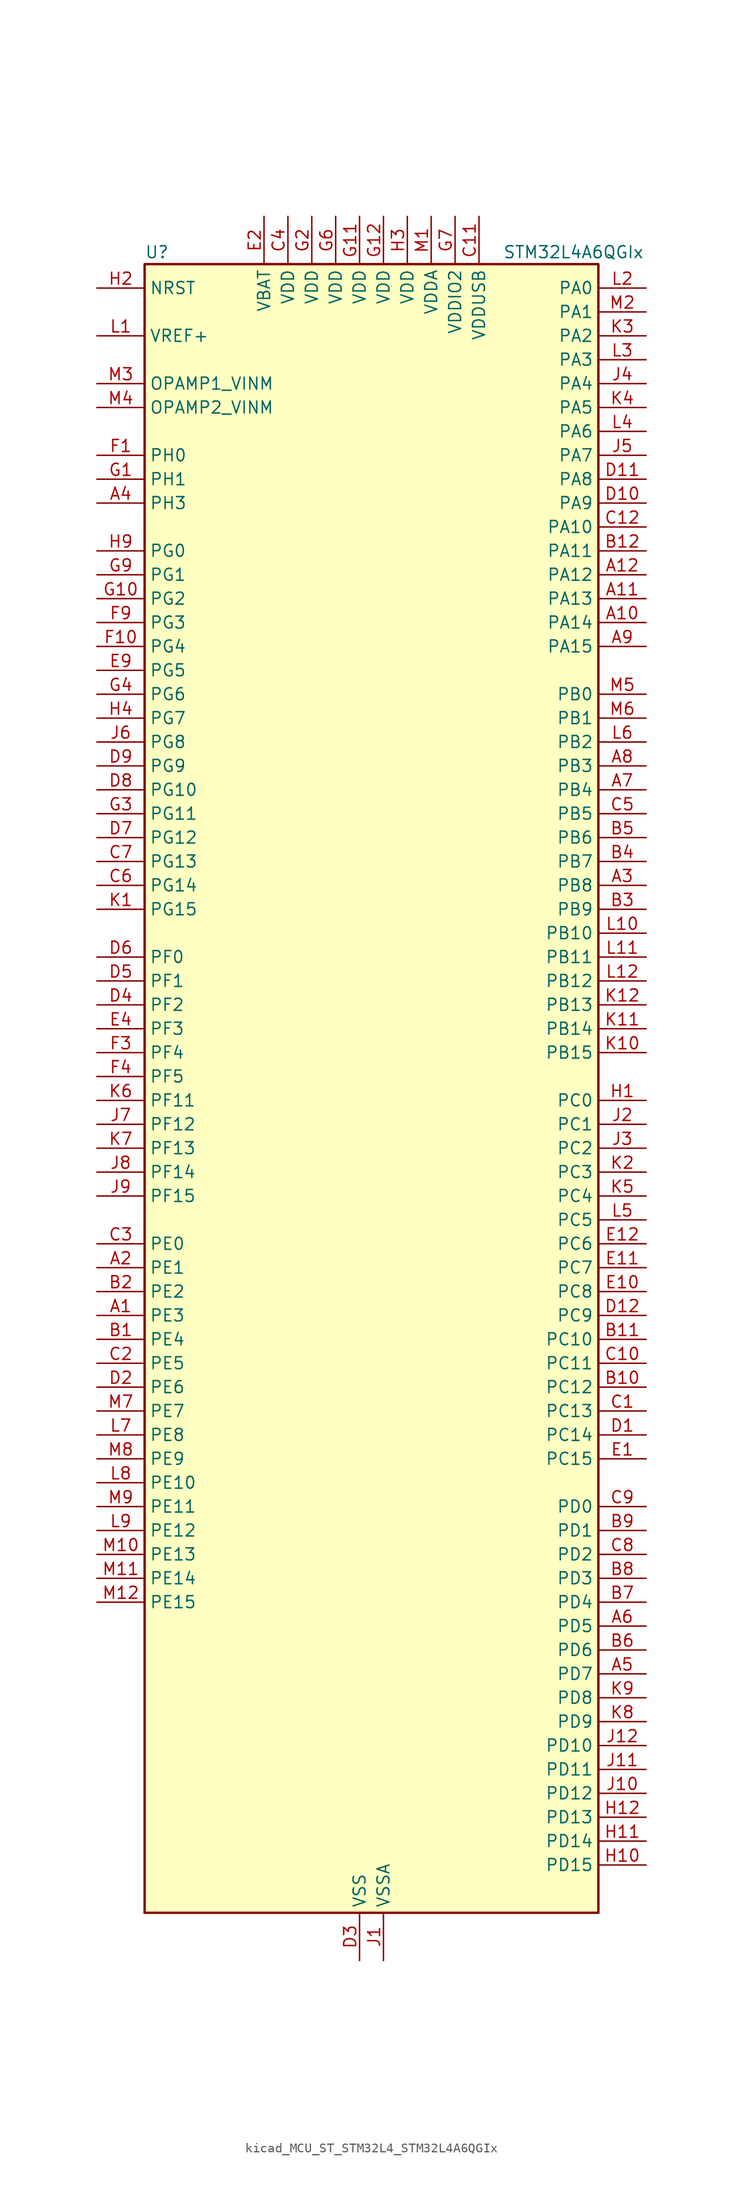
<source format=kicad_sym>
(kicad_symbol_lib
  (version 20220914)
  (generator kicad_symbol_editor)
  (symbol "kicad_MCU_ST_STM32L4_STM32L4A6QGIx"
    (property "Reference" "U"
      (at -22.86 90.17 0)
      (effects (font (size 1.27 1.27)) (justify left)))
    (property "Value" "STM32L4A6QGIx"
      (at 15.24 90.17 0)
      (effects (font (size 1.27 1.27)) (justify left)))
    (property "ki_locked" ""
      (at 0 0 0)
      (effects (font (size 1.27 1.27))))
    (symbol "kicad_MCU_ST_STM32L4_STM32L4A6QGIx_0_1"
      (rectangle (start -22.86 -86.36) (end 25.4 88.9) (stroke (width 0.254) (type default)) (fill (type background))))
    (symbol "kicad_MCU_ST_STM32L4_STM32L4A6QGIx_1_1"
      (pin bidirectional line (at -27.94 -22.86 0) (length 5.08) (name "PE3" (effects (font (size 1.27 1.27)))) (number "A1" (effects (font (size 1.27 1.27)))) (alternate "FMC_A19" bidirectional line) (alternate "LCD_SEG39" bidirectional line) (alternate "SAI1_SD_B" bidirectional line) (alternate "SYS_TRACED0" bidirectional line) (alternate "TIM3_CH1" bidirectional line) (alternate "TSC_G7_IO2" bidirectional line))
      (pin bidirectional line (at 30.48 50.8 180) (length 5.08) (name "PA14" (effects (font (size 1.27 1.27)))) (number "A10" (effects (font (size 1.27 1.27)))) (alternate "I2C1_SMBA" bidirectional line) (alternate "I2C4_SMBA" bidirectional line) (alternate "LPTIM1_OUT" bidirectional line) (alternate "SAI1_FS_B" bidirectional line) (alternate "SWPMI1_RX" bidirectional line) (alternate "SYS_JTCK-SWCLK" bidirectional line) (alternate "USB_OTG_FS_SOF" bidirectional line))
      (pin bidirectional line (at 30.48 53.34 180) (length 5.08) (name "PA13" (effects (font (size 1.27 1.27)))) (number "A11" (effects (font (size 1.27 1.27)))) (alternate "IR_OUT" bidirectional line) (alternate "SAI1_SD_B" bidirectional line) (alternate "SWPMI1_TX" bidirectional line) (alternate "SYS_JTMS-SWDIO" bidirectional line) (alternate "USB_OTG_FS_NOE" bidirectional line))
      (pin bidirectional line (at 30.48 55.88 180) (length 5.08) (name "PA12" (effects (font (size 1.27 1.27)))) (number "A12" (effects (font (size 1.27 1.27)))) (alternate "CAN1_TX" bidirectional line) (alternate "SPI1_MOSI" bidirectional line) (alternate "TIM1_ETR" bidirectional line) (alternate "USART1_DE" bidirectional line) (alternate "USART1_RTS" bidirectional line) (alternate "USB_OTG_FS_DP" bidirectional line))
      (pin bidirectional line (at -27.94 -17.78 0) (length 5.08) (name "PE1" (effects (font (size 1.27 1.27)))) (number "A2" (effects (font (size 1.27 1.27)))) (alternate "DCMI_D3" bidirectional line) (alternate "FMC_NBL1" bidirectional line) (alternate "LCD_SEG37" bidirectional line) (alternate "TIM17_CH1" bidirectional line))
      (pin bidirectional line (at 30.48 22.86 180) (length 5.08) (name "PB8" (effects (font (size 1.27 1.27)))) (number "A3" (effects (font (size 1.27 1.27)))) (alternate "CAN1_RX" bidirectional line) (alternate "DCMI_D6" bidirectional line) (alternate "DFSDM1_DATIN6" bidirectional line) (alternate "I2C1_SCL" bidirectional line) (alternate "LCD_SEG16" bidirectional line) (alternate "SAI1_MCLK_A" bidirectional line) (alternate "SDMMC1_D4" bidirectional line) (alternate "TIM16_CH1" bidirectional line) (alternate "TIM4_CH3" bidirectional line))
      (pin bidirectional line (at -27.94 63.5 0) (length 5.08) (name "PH3" (effects (font (size 1.27 1.27)))) (number "A4" (effects (font (size 1.27 1.27)))))
      (pin bidirectional line (at 30.48 -60.96 180) (length 5.08) (name "PD7" (effects (font (size 1.27 1.27)))) (number "A5" (effects (font (size 1.27 1.27)))) (alternate "DFSDM1_CKIN1" bidirectional line) (alternate "FMC_NE1" bidirectional line) (alternate "QUADSPI_BK2_IO3" bidirectional line) (alternate "USART2_CK" bidirectional line))
      (pin bidirectional line (at 30.48 -55.88 180) (length 5.08) (name "PD5" (effects (font (size 1.27 1.27)))) (number "A6" (effects (font (size 1.27 1.27)))) (alternate "FMC_NWE" bidirectional line) (alternate "QUADSPI_BK2_IO1" bidirectional line) (alternate "USART2_TX" bidirectional line))
      (pin bidirectional line (at 30.48 33.02 180) (length 5.08) (name "PB4" (effects (font (size 1.27 1.27)))) (number "A7" (effects (font (size 1.27 1.27)))) (alternate "COMP2_INP" bidirectional line) (alternate "DCMI_D12" bidirectional line) (alternate "I2C3_SDA" bidirectional line) (alternate "LCD_SEG8" bidirectional line) (alternate "SAI1_MCLK_B" bidirectional line) (alternate "SPI1_MISO" bidirectional line) (alternate "SPI3_MISO" bidirectional line) (alternate "SYS_JTRST" bidirectional line) (alternate "TIM17_BKIN" bidirectional line) (alternate "TIM3_CH1" bidirectional line) (alternate "TSC_G2_IO1" bidirectional line) (alternate "UART5_DE" bidirectional line) (alternate "UART5_RTS" bidirectional line) (alternate "USART1_CTS" bidirectional line))
      (pin bidirectional line (at 30.48 35.56 180) (length 5.08) (name "PB3" (effects (font (size 1.27 1.27)))) (number "A8" (effects (font (size 1.27 1.27)))) (alternate "COMP2_INM" bidirectional line) (alternate "CRS_SYNC" bidirectional line) (alternate "LCD_SEG7" bidirectional line) (alternate "SAI1_SCK_B" bidirectional line) (alternate "SPI1_SCK" bidirectional line) (alternate "SPI3_SCK" bidirectional line) (alternate "SYS_JTDO-SWO" bidirectional line) (alternate "TIM2_CH2" bidirectional line) (alternate "USART1_DE" bidirectional line) (alternate "USART1_RTS" bidirectional line))
      (pin bidirectional line (at 30.48 48.26 180) (length 5.08) (name "PA15" (effects (font (size 1.27 1.27)))) (number "A9" (effects (font (size 1.27 1.27)))) (alternate "ADC1_EXTI15" bidirectional line) (alternate "ADC2_EXTI15" bidirectional line) (alternate "ADC3_EXTI15" bidirectional line) (alternate "LCD_SEG17" bidirectional line) (alternate "SAI2_FS_B" bidirectional line) (alternate "SPI1_NSS" bidirectional line) (alternate "SPI3_NSS" bidirectional line) (alternate "SWPMI1_SUSPEND" bidirectional line) (alternate "SYS_JTDI" bidirectional line) (alternate "TIM2_CH1" bidirectional line) (alternate "TIM2_ETR" bidirectional line) (alternate "TSC_G3_IO1" bidirectional line) (alternate "UART4_DE" bidirectional line) (alternate "UART4_RTS" bidirectional line) (alternate "USART2_RX" bidirectional line) (alternate "USART3_DE" bidirectional line) (alternate "USART3_RTS" bidirectional line))
      (pin bidirectional line (at -27.94 -25.4 0) (length 5.08) (name "PE4" (effects (font (size 1.27 1.27)))) (number "B1" (effects (font (size 1.27 1.27)))) (alternate "DCMI_D4" bidirectional line) (alternate "DFSDM1_DATIN3" bidirectional line) (alternate "FMC_A20" bidirectional line) (alternate "SAI1_FS_A" bidirectional line) (alternate "SYS_TRACED1" bidirectional line) (alternate "TIM3_CH2" bidirectional line) (alternate "TSC_G7_IO3" bidirectional line))
      (pin bidirectional line (at 30.48 -30.48 180) (length 5.08) (name "PC12" (effects (font (size 1.27 1.27)))) (number "B10" (effects (font (size 1.27 1.27)))) (alternate "DCMI_D9" bidirectional line) (alternate "LCD_COM6" bidirectional line) (alternate "LCD_SEG30" bidirectional line) (alternate "LCD_SEG42" bidirectional line) (alternate "SAI2_SD_B" bidirectional line) (alternate "SDMMC1_CK" bidirectional line) (alternate "SPI3_MOSI" bidirectional line) (alternate "SYS_TRACED3" bidirectional line) (alternate "TSC_G3_IO4" bidirectional line) (alternate "UART5_TX" bidirectional line) (alternate "USART3_CK" bidirectional line))
      (pin bidirectional line (at 30.48 -25.4 180) (length 5.08) (name "PC10" (effects (font (size 1.27 1.27)))) (number "B11" (effects (font (size 1.27 1.27)))) (alternate "DCMI_D8" bidirectional line) (alternate "LCD_COM4" bidirectional line) (alternate "LCD_SEG28" bidirectional line) (alternate "LCD_SEG40" bidirectional line) (alternate "SAI2_SCK_B" bidirectional line) (alternate "SDMMC1_D2" bidirectional line) (alternate "SPI3_SCK" bidirectional line) (alternate "SYS_TRACED1" bidirectional line) (alternate "TSC_G3_IO2" bidirectional line) (alternate "UART4_TX" bidirectional line) (alternate "USART3_TX" bidirectional line))
      (pin bidirectional line (at 30.48 58.42 180) (length 5.08) (name "PA11" (effects (font (size 1.27 1.27)))) (number "B12" (effects (font (size 1.27 1.27)))) (alternate "ADC1_EXTI11" bidirectional line) (alternate "ADC2_EXTI11" bidirectional line) (alternate "ADC3_EXTI11" bidirectional line) (alternate "CAN1_RX" bidirectional line) (alternate "SPI1_MISO" bidirectional line) (alternate "TIM1_BKIN2" bidirectional line) (alternate "TIM1_BKIN2_COMP1" bidirectional line) (alternate "TIM1_CH4" bidirectional line) (alternate "USART1_CTS" bidirectional line) (alternate "USB_OTG_FS_DM" bidirectional line))
      (pin bidirectional line (at -27.94 -20.32 0) (length 5.08) (name "PE2" (effects (font (size 1.27 1.27)))) (number "B2" (effects (font (size 1.27 1.27)))) (alternate "FMC_A23" bidirectional line) (alternate "LCD_SEG38" bidirectional line) (alternate "SAI1_MCLK_A" bidirectional line) (alternate "SYS_TRACECLK" bidirectional line) (alternate "TIM3_ETR" bidirectional line) (alternate "TSC_G7_IO1" bidirectional line))
      (pin bidirectional line (at 30.48 20.32 180) (length 5.08) (name "PB9" (effects (font (size 1.27 1.27)))) (number "B3" (effects (font (size 1.27 1.27)))) (alternate "CAN1_TX" bidirectional line) (alternate "DAC1_EXTI9" bidirectional line) (alternate "DCMI_D7" bidirectional line) (alternate "DFSDM1_CKIN6" bidirectional line) (alternate "I2C1_SDA" bidirectional line) (alternate "IR_OUT" bidirectional line) (alternate "LCD_COM3" bidirectional line) (alternate "SAI1_FS_A" bidirectional line) (alternate "SDMMC1_D5" bidirectional line) (alternate "SPI2_NSS" bidirectional line) (alternate "TIM17_CH1" bidirectional line) (alternate "TIM4_CH4" bidirectional line))
      (pin bidirectional line (at 30.48 25.4 180) (length 5.08) (name "PB7" (effects (font (size 1.27 1.27)))) (number "B4" (effects (font (size 1.27 1.27)))) (alternate "COMP2_INM" bidirectional line) (alternate "DCMI_VSYNC" bidirectional line) (alternate "DFSDM1_CKIN5" bidirectional line) (alternate "FMC_NL" bidirectional line) (alternate "I2C1_SDA" bidirectional line) (alternate "I2C4_SDA" bidirectional line) (alternate "LCD_SEG21" bidirectional line) (alternate "LPTIM1_IN2" bidirectional line) (alternate "SYS_PVD_IN" bidirectional line) (alternate "TIM17_CH1N" bidirectional line) (alternate "TIM4_CH2" bidirectional line) (alternate "TIM8_BKIN" bidirectional line) (alternate "TIM8_BKIN_COMP1" bidirectional line) (alternate "TSC_G2_IO4" bidirectional line) (alternate "UART4_CTS" bidirectional line) (alternate "USART1_RX" bidirectional line))
      (pin bidirectional line (at 30.48 27.94 180) (length 5.08) (name "PB6" (effects (font (size 1.27 1.27)))) (number "B5" (effects (font (size 1.27 1.27)))) (alternate "CAN2_TX" bidirectional line) (alternate "COMP2_INP" bidirectional line) (alternate "DCMI_D5" bidirectional line) (alternate "DFSDM1_DATIN5" bidirectional line) (alternate "I2C1_SCL" bidirectional line) (alternate "I2C4_SCL" bidirectional line) (alternate "LPTIM1_ETR" bidirectional line) (alternate "SAI1_FS_B" bidirectional line) (alternate "TIM16_CH1N" bidirectional line) (alternate "TIM4_CH1" bidirectional line) (alternate "TIM8_BKIN2" bidirectional line) (alternate "TIM8_BKIN2_COMP2" bidirectional line) (alternate "TSC_G2_IO3" bidirectional line) (alternate "USART1_TX" bidirectional line))
      (pin bidirectional line (at 30.48 -58.42 180) (length 5.08) (name "PD6" (effects (font (size 1.27 1.27)))) (number "B6" (effects (font (size 1.27 1.27)))) (alternate "DCMI_D10" bidirectional line) (alternate "DFSDM1_DATIN1" bidirectional line) (alternate "FMC_NWAIT" bidirectional line) (alternate "QUADSPI_BK2_IO1" bidirectional line) (alternate "QUADSPI_BK2_IO2" bidirectional line) (alternate "SAI1_SD_A" bidirectional line) (alternate "USART2_RX" bidirectional line))
      (pin bidirectional line (at 30.48 -53.34 180) (length 5.08) (name "PD4" (effects (font (size 1.27 1.27)))) (number "B7" (effects (font (size 1.27 1.27)))) (alternate "DFSDM1_CKIN0" bidirectional line) (alternate "FMC_NOE" bidirectional line) (alternate "QUADSPI_BK2_IO0" bidirectional line) (alternate "SPI2_MOSI" bidirectional line) (alternate "USART2_DE" bidirectional line) (alternate "USART2_RTS" bidirectional line))
      (pin bidirectional line (at 30.48 -50.8 180) (length 5.08) (name "PD3" (effects (font (size 1.27 1.27)))) (number "B8" (effects (font (size 1.27 1.27)))) (alternate "DCMI_D5" bidirectional line) (alternate "DFSDM1_DATIN0" bidirectional line) (alternate "FMC_CLK" bidirectional line) (alternate "QUADSPI_BK2_NCS" bidirectional line) (alternate "SPI2_MISO" bidirectional line) (alternate "SPI2_SCK" bidirectional line) (alternate "USART2_CTS" bidirectional line))
      (pin bidirectional line (at 30.48 -45.72 180) (length 5.08) (name "PD1" (effects (font (size 1.27 1.27)))) (number "B9" (effects (font (size 1.27 1.27)))) (alternate "CAN1_TX" bidirectional line) (alternate "DFSDM1_CKIN7" bidirectional line) (alternate "FMC_D3" bidirectional line) (alternate "FMC_DA3" bidirectional line) (alternate "SPI2_SCK" bidirectional line))
      (pin bidirectional line (at 30.48 -33.02 180) (length 5.08) (name "PC13" (effects (font (size 1.27 1.27)))) (number "C1" (effects (font (size 1.27 1.27)))) (alternate "RTC_OUT_ALARM" bidirectional line) (alternate "RTC_OUT_CALIB" bidirectional line) (alternate "RTC_TAMP1" bidirectional line) (alternate "RTC_TS" bidirectional line) (alternate "SYS_WKUP2" bidirectional line))
      (pin bidirectional line (at 30.48 -27.94 180) (length 5.08) (name "PC11" (effects (font (size 1.27 1.27)))) (number "C10" (effects (font (size 1.27 1.27)))) (alternate "ADC1_EXTI11" bidirectional line) (alternate "ADC2_EXTI11" bidirectional line) (alternate "ADC3_EXTI11" bidirectional line) (alternate "DCMI_D4" bidirectional line) (alternate "LCD_COM5" bidirectional line) (alternate "LCD_SEG29" bidirectional line) (alternate "LCD_SEG41" bidirectional line) (alternate "QUADSPI_BK2_NCS" bidirectional line) (alternate "SAI2_MCLK_B" bidirectional line) (alternate "SDMMC1_D3" bidirectional line) (alternate "SPI3_MISO" bidirectional line) (alternate "TSC_G3_IO3" bidirectional line) (alternate "UART4_RX" bidirectional line) (alternate "USART3_RX" bidirectional line))
      (pin power_in line (at 12.7 93.98 270) (length 5.08) (name "VDDUSB" (effects (font (size 1.27 1.27)))) (number "C11" (effects (font (size 1.27 1.27)))))
      (pin bidirectional line (at 30.48 60.96 180) (length 5.08) (name "PA10" (effects (font (size 1.27 1.27)))) (number "C12" (effects (font (size 1.27 1.27)))) (alternate "DCMI_D1" bidirectional line) (alternate "LCD_COM2" bidirectional line) (alternate "SAI1_SD_A" bidirectional line) (alternate "TIM17_BKIN" bidirectional line) (alternate "TIM1_CH3" bidirectional line) (alternate "USART1_RX" bidirectional line) (alternate "USB_OTG_FS_ID" bidirectional line))
      (pin bidirectional line (at -27.94 -27.94 0) (length 5.08) (name "PE5" (effects (font (size 1.27 1.27)))) (number "C2" (effects (font (size 1.27 1.27)))) (alternate "DCMI_D6" bidirectional line) (alternate "DFSDM1_CKIN3" bidirectional line) (alternate "FMC_A21" bidirectional line) (alternate "SAI1_SCK_A" bidirectional line) (alternate "SYS_TRACED2" bidirectional line) (alternate "TIM3_CH3" bidirectional line) (alternate "TSC_G7_IO4" bidirectional line))
      (pin bidirectional line (at -27.94 -15.24 0) (length 5.08) (name "PE0" (effects (font (size 1.27 1.27)))) (number "C3" (effects (font (size 1.27 1.27)))) (alternate "DCMI_D2" bidirectional line) (alternate "FMC_NBL0" bidirectional line) (alternate "LCD_SEG36" bidirectional line) (alternate "TIM16_CH1" bidirectional line) (alternate "TIM4_ETR" bidirectional line))
      (pin power_in line (at -7.62 93.98 270) (length 5.08) (name "VDD" (effects (font (size 1.27 1.27)))) (number "C4" (effects (font (size 1.27 1.27)))))
      (pin bidirectional line (at 30.48 30.48 180) (length 5.08) (name "PB5" (effects (font (size 1.27 1.27)))) (number "C5" (effects (font (size 1.27 1.27)))) (alternate "CAN2_RX" bidirectional line) (alternate "COMP2_OUT" bidirectional line) (alternate "DCMI_D10" bidirectional line) (alternate "I2C1_SMBA" bidirectional line) (alternate "LCD_SEG9" bidirectional line) (alternate "LPTIM1_IN1" bidirectional line) (alternate "SAI1_SD_B" bidirectional line) (alternate "SPI1_MOSI" bidirectional line) (alternate "SPI3_MOSI" bidirectional line) (alternate "TIM16_BKIN" bidirectional line) (alternate "TIM3_CH2" bidirectional line) (alternate "TSC_G2_IO2" bidirectional line) (alternate "UART5_CTS" bidirectional line) (alternate "USART1_CK" bidirectional line))
      (pin bidirectional line (at -27.94 22.86 0) (length 5.08) (name "PG14" (effects (font (size 1.27 1.27)))) (number "C6" (effects (font (size 1.27 1.27)))) (alternate "FMC_A25" bidirectional line) (alternate "I2C1_SCL" bidirectional line))
      (pin bidirectional line (at -27.94 25.4 0) (length 5.08) (name "PG13" (effects (font (size 1.27 1.27)))) (number "C7" (effects (font (size 1.27 1.27)))) (alternate "FMC_A24" bidirectional line) (alternate "I2C1_SDA" bidirectional line) (alternate "USART1_CK" bidirectional line))
      (pin bidirectional line (at 30.48 -48.26 180) (length 5.08) (name "PD2" (effects (font (size 1.27 1.27)))) (number "C8" (effects (font (size 1.27 1.27)))) (alternate "DCMI_D11" bidirectional line) (alternate "LCD_COM7" bidirectional line) (alternate "LCD_SEG31" bidirectional line) (alternate "LCD_SEG43" bidirectional line) (alternate "SDMMC1_CMD" bidirectional line) (alternate "SYS_TRACED2" bidirectional line) (alternate "TIM3_ETR" bidirectional line) (alternate "TSC_SYNC" bidirectional line) (alternate "UART5_RX" bidirectional line) (alternate "USART3_DE" bidirectional line) (alternate "USART3_RTS" bidirectional line))
      (pin bidirectional line (at 30.48 -43.18 180) (length 5.08) (name "PD0" (effects (font (size 1.27 1.27)))) (number "C9" (effects (font (size 1.27 1.27)))) (alternate "CAN1_RX" bidirectional line) (alternate "DFSDM1_DATIN7" bidirectional line) (alternate "FMC_D2" bidirectional line) (alternate "FMC_DA2" bidirectional line) (alternate "SPI2_NSS" bidirectional line))
      (pin bidirectional line (at 30.48 -35.56 180) (length 5.08) (name "PC14" (effects (font (size 1.27 1.27)))) (number "D1" (effects (font (size 1.27 1.27)))) (alternate "RCC_OSC32_IN" bidirectional line))
      (pin bidirectional line (at 30.48 63.5 180) (length 5.08) (name "PA9" (effects (font (size 1.27 1.27)))) (number "D10" (effects (font (size 1.27 1.27)))) (alternate "DAC1_EXTI9" bidirectional line) (alternate "DCMI_D0" bidirectional line) (alternate "LCD_COM1" bidirectional line) (alternate "SAI1_FS_A" bidirectional line) (alternate "SPI2_SCK" bidirectional line) (alternate "TIM15_BKIN" bidirectional line) (alternate "TIM1_CH2" bidirectional line) (alternate "USART1_TX" bidirectional line) (alternate "USB_OTG_FS_VBUS" bidirectional line))
      (pin bidirectional line (at 30.48 66.04 180) (length 5.08) (name "PA8" (effects (font (size 1.27 1.27)))) (number "D11" (effects (font (size 1.27 1.27)))) (alternate "LCD_COM0" bidirectional line) (alternate "LPTIM2_OUT" bidirectional line) (alternate "RCC_MCO" bidirectional line) (alternate "SAI1_SCK_A" bidirectional line) (alternate "SWPMI1_IO" bidirectional line) (alternate "TIM1_CH1" bidirectional line) (alternate "USART1_CK" bidirectional line) (alternate "USB_OTG_FS_SOF" bidirectional line))
      (pin bidirectional line (at 30.48 -22.86 180) (length 5.08) (name "PC9" (effects (font (size 1.27 1.27)))) (number "D12" (effects (font (size 1.27 1.27)))) (alternate "DAC1_EXTI9" bidirectional line) (alternate "DCMI_D3" bidirectional line) (alternate "I2C3_SDA" bidirectional line) (alternate "LCD_SEG27" bidirectional line) (alternate "SAI2_EXTCLK" bidirectional line) (alternate "SDMMC1_D1" bidirectional line) (alternate "TIM3_CH4" bidirectional line) (alternate "TIM8_BKIN2" bidirectional line) (alternate "TIM8_BKIN2_COMP1" bidirectional line) (alternate "TIM8_CH4" bidirectional line) (alternate "TSC_G4_IO4" bidirectional line) (alternate "USB_OTG_FS_NOE" bidirectional line))
      (pin bidirectional line (at -27.94 -30.48 0) (length 5.08) (name "PE6" (effects (font (size 1.27 1.27)))) (number "D2" (effects (font (size 1.27 1.27)))) (alternate "DCMI_D7" bidirectional line) (alternate "FMC_A22" bidirectional line) (alternate "RTC_TAMP3" bidirectional line) (alternate "SAI1_SD_A" bidirectional line) (alternate "SYS_TRACED3" bidirectional line) (alternate "SYS_WKUP3" bidirectional line) (alternate "TIM3_CH4" bidirectional line))
      (pin power_in line (at 0 -91.44 90) (length 5.08) (name "VSS" (effects (font (size 1.27 1.27)))) (number "D3" (effects (font (size 1.27 1.27)))))
      (pin bidirectional line (at -27.94 10.16 0) (length 5.08) (name "PF2" (effects (font (size 1.27 1.27)))) (number "D4" (effects (font (size 1.27 1.27)))) (alternate "FMC_A2" bidirectional line) (alternate "I2C2_SMBA" bidirectional line))
      (pin bidirectional line (at -27.94 12.7 0) (length 5.08) (name "PF1" (effects (font (size 1.27 1.27)))) (number "D5" (effects (font (size 1.27 1.27)))) (alternate "FMC_A1" bidirectional line) (alternate "I2C2_SCL" bidirectional line))
      (pin bidirectional line (at -27.94 15.24 0) (length 5.08) (name "PF0" (effects (font (size 1.27 1.27)))) (number "D6" (effects (font (size 1.27 1.27)))) (alternate "FMC_A0" bidirectional line) (alternate "I2C2_SDA" bidirectional line))
      (pin bidirectional line (at -27.94 27.94 0) (length 5.08) (name "PG12" (effects (font (size 1.27 1.27)))) (number "D7" (effects (font (size 1.27 1.27)))) (alternate "FMC_NE4" bidirectional line) (alternate "LPTIM1_ETR" bidirectional line) (alternate "SAI2_SD_A" bidirectional line) (alternate "SPI3_NSS" bidirectional line) (alternate "USART1_DE" bidirectional line) (alternate "USART1_RTS" bidirectional line))
      (pin bidirectional line (at -27.94 33.02 0) (length 5.08) (name "PG10" (effects (font (size 1.27 1.27)))) (number "D8" (effects (font (size 1.27 1.27)))) (alternate "FMC_NE3" bidirectional line) (alternate "LPTIM1_IN1" bidirectional line) (alternate "SAI2_FS_A" bidirectional line) (alternate "SPI3_MISO" bidirectional line) (alternate "TIM15_CH1" bidirectional line) (alternate "USART1_RX" bidirectional line))
      (pin bidirectional line (at -27.94 35.56 0) (length 5.08) (name "PG9" (effects (font (size 1.27 1.27)))) (number "D9" (effects (font (size 1.27 1.27)))) (alternate "DAC1_EXTI9" bidirectional line) (alternate "FMC_NCE" bidirectional line) (alternate "FMC_NE2" bidirectional line) (alternate "SAI2_SCK_A" bidirectional line) (alternate "SPI3_SCK" bidirectional line) (alternate "TIM15_CH1N" bidirectional line) (alternate "USART1_TX" bidirectional line))
      (pin bidirectional line (at 30.48 -38.1 180) (length 5.08) (name "PC15" (effects (font (size 1.27 1.27)))) (number "E1" (effects (font (size 1.27 1.27)))) (alternate "ADC1_EXTI15" bidirectional line) (alternate "ADC2_EXTI15" bidirectional line) (alternate "ADC3_EXTI15" bidirectional line) (alternate "RCC_OSC32_OUT" bidirectional line))
      (pin bidirectional line (at 30.48 -20.32 180) (length 5.08) (name "PC8" (effects (font (size 1.27 1.27)))) (number "E10" (effects (font (size 1.27 1.27)))) (alternate "DCMI_D2" bidirectional line) (alternate "LCD_SEG26" bidirectional line) (alternate "SDMMC1_D0" bidirectional line) (alternate "TIM3_CH3" bidirectional line) (alternate "TIM8_CH3" bidirectional line) (alternate "TSC_G4_IO3" bidirectional line))
      (pin bidirectional line (at 30.48 -17.78 180) (length 5.08) (name "PC7" (effects (font (size 1.27 1.27)))) (number "E11" (effects (font (size 1.27 1.27)))) (alternate "DCMI_D1" bidirectional line) (alternate "DFSDM1_DATIN3" bidirectional line) (alternate "LCD_SEG25" bidirectional line) (alternate "SAI2_MCLK_B" bidirectional line) (alternate "SDMMC1_D7" bidirectional line) (alternate "TIM3_CH2" bidirectional line) (alternate "TIM8_CH2" bidirectional line) (alternate "TSC_G4_IO2" bidirectional line))
      (pin bidirectional line (at 30.48 -15.24 180) (length 5.08) (name "PC6" (effects (font (size 1.27 1.27)))) (number "E12" (effects (font (size 1.27 1.27)))) (alternate "DCMI_D0" bidirectional line) (alternate "DFSDM1_CKIN3" bidirectional line) (alternate "LCD_SEG24" bidirectional line) (alternate "SAI2_MCLK_A" bidirectional line) (alternate "SDMMC1_D6" bidirectional line) (alternate "TIM3_CH1" bidirectional line) (alternate "TIM8_CH1" bidirectional line) (alternate "TSC_G4_IO1" bidirectional line))
      (pin power_in line (at -10.16 93.98 270) (length 5.08) (name "VBAT" (effects (font (size 1.27 1.27)))) (number "E2" (effects (font (size 1.27 1.27)))))
      (pin passive line (at 0 -91.44 90) (length 5.08) hide (name "VSS" (effects (font (size 1.27 1.27)))) (number "E3" (effects (font (size 1.27 1.27)))))
      (pin bidirectional line (at -27.94 7.62 0) (length 5.08) (name "PF3" (effects (font (size 1.27 1.27)))) (number "E4" (effects (font (size 1.27 1.27)))) (alternate "ADC3_IN6" bidirectional line) (alternate "FMC_A3" bidirectional line))
      (pin bidirectional line (at -27.94 45.72 0) (length 5.08) (name "PG5" (effects (font (size 1.27 1.27)))) (number "E9" (effects (font (size 1.27 1.27)))) (alternate "FMC_A15" bidirectional line) (alternate "LPUART1_CTS" bidirectional line) (alternate "SAI2_SD_B" bidirectional line) (alternate "SPI1_NSS" bidirectional line))
      (pin bidirectional line (at -27.94 68.58 0) (length 5.08) (name "PH0" (effects (font (size 1.27 1.27)))) (number "F1" (effects (font (size 1.27 1.27)))) (alternate "RCC_OSC_IN" bidirectional line))
      (pin bidirectional line (at -27.94 48.26 0) (length 5.08) (name "PG4" (effects (font (size 1.27 1.27)))) (number "F10" (effects (font (size 1.27 1.27)))) (alternate "FMC_A14" bidirectional line) (alternate "SAI2_MCLK_B" bidirectional line) (alternate "SPI1_MOSI" bidirectional line))
      (pin passive line (at 0 -91.44 90) (length 5.08) hide (name "VSS" (effects (font (size 1.27 1.27)))) (number "F11" (effects (font (size 1.27 1.27)))))
      (pin passive line (at 0 -91.44 90) (length 5.08) hide (name "VSS" (effects (font (size 1.27 1.27)))) (number "F12" (effects (font (size 1.27 1.27)))))
      (pin passive line (at 0 -91.44 90) (length 5.08) hide (name "VSS" (effects (font (size 1.27 1.27)))) (number "F2" (effects (font (size 1.27 1.27)))))
      (pin bidirectional line (at -27.94 5.08 0) (length 5.08) (name "PF4" (effects (font (size 1.27 1.27)))) (number "F3" (effects (font (size 1.27 1.27)))) (alternate "ADC3_IN7" bidirectional line) (alternate "FMC_A4" bidirectional line))
      (pin bidirectional line (at -27.94 2.54 0) (length 5.08) (name "PF5" (effects (font (size 1.27 1.27)))) (number "F4" (effects (font (size 1.27 1.27)))) (alternate "ADC3_IN8" bidirectional line) (alternate "FMC_A5" bidirectional line))
      (pin passive line (at 0 -91.44 90) (length 5.08) hide (name "VSS" (effects (font (size 1.27 1.27)))) (number "F6" (effects (font (size 1.27 1.27)))))
      (pin passive line (at 0 -91.44 90) (length 5.08) hide (name "VSS" (effects (font (size 1.27 1.27)))) (number "F7" (effects (font (size 1.27 1.27)))))
      (pin bidirectional line (at -27.94 50.8 0) (length 5.08) (name "PG3" (effects (font (size 1.27 1.27)))) (number "F9" (effects (font (size 1.27 1.27)))) (alternate "FMC_A13" bidirectional line) (alternate "SAI2_FS_B" bidirectional line) (alternate "SPI1_MISO" bidirectional line))
      (pin bidirectional line (at -27.94 66.04 0) (length 5.08) (name "PH1" (effects (font (size 1.27 1.27)))) (number "G1" (effects (font (size 1.27 1.27)))) (alternate "RCC_OSC_OUT" bidirectional line))
      (pin bidirectional line (at -27.94 53.34 0) (length 5.08) (name "PG2" (effects (font (size 1.27 1.27)))) (number "G10" (effects (font (size 1.27 1.27)))) (alternate "FMC_A12" bidirectional line) (alternate "SAI2_SCK_B" bidirectional line) (alternate "SPI1_SCK" bidirectional line))
      (pin power_in line (at 0 93.98 270) (length 5.08) (name "VDD" (effects (font (size 1.27 1.27)))) (number "G11" (effects (font (size 1.27 1.27)))))
      (pin power_in line (at 2.54 93.98 270) (length 5.08) (name "VDD" (effects (font (size 1.27 1.27)))) (number "G12" (effects (font (size 1.27 1.27)))))
      (pin power_in line (at -5.08 93.98 270) (length 5.08) (name "VDD" (effects (font (size 1.27 1.27)))) (number "G2" (effects (font (size 1.27 1.27)))))
      (pin bidirectional line (at -27.94 30.48 0) (length 5.08) (name "PG11" (effects (font (size 1.27 1.27)))) (number "G3" (effects (font (size 1.27 1.27)))) (alternate "ADC1_EXTI11" bidirectional line) (alternate "ADC2_EXTI11" bidirectional line) (alternate "ADC3_EXTI11" bidirectional line) (alternate "LPTIM1_IN2" bidirectional line) (alternate "SAI2_MCLK_A" bidirectional line) (alternate "SPI3_MOSI" bidirectional line) (alternate "TIM15_CH2" bidirectional line) (alternate "USART1_CTS" bidirectional line))
      (pin bidirectional line (at -27.94 43.18 0) (length 5.08) (name "PG6" (effects (font (size 1.27 1.27)))) (number "G4" (effects (font (size 1.27 1.27)))) (alternate "I2C3_SMBA" bidirectional line) (alternate "LPUART1_DE" bidirectional line) (alternate "LPUART1_RTS" bidirectional line))
      (pin power_in line (at -2.54 93.98 270) (length 5.08) (name "VDD" (effects (font (size 1.27 1.27)))) (number "G6" (effects (font (size 1.27 1.27)))))
      (pin power_in line (at 10.16 93.98 270) (length 5.08) (name "VDDIO2" (effects (font (size 1.27 1.27)))) (number "G7" (effects (font (size 1.27 1.27)))))
      (pin bidirectional line (at -27.94 55.88 0) (length 5.08) (name "PG1" (effects (font (size 1.27 1.27)))) (number "G9" (effects (font (size 1.27 1.27)))) (alternate "FMC_A11" bidirectional line) (alternate "TSC_G8_IO4" bidirectional line))
      (pin bidirectional line (at 30.48 0 180) (length 5.08) (name "PC0" (effects (font (size 1.27 1.27)))) (number "H1" (effects (font (size 1.27 1.27)))) (alternate "ADC1_IN1" bidirectional line) (alternate "ADC2_IN1" bidirectional line) (alternate "ADC3_IN1" bidirectional line) (alternate "DFSDM1_DATIN4" bidirectional line) (alternate "I2C3_SCL" bidirectional line) (alternate "I2C4_SCL" bidirectional line) (alternate "LCD_SEG18" bidirectional line) (alternate "LPTIM1_IN1" bidirectional line) (alternate "LPTIM2_IN1" bidirectional line) (alternate "LPUART1_RX" bidirectional line))
      (pin bidirectional line (at 30.48 -81.28 180) (length 5.08) (name "PD15" (effects (font (size 1.27 1.27)))) (number "H10" (effects (font (size 1.27 1.27)))) (alternate "ADC1_EXTI15" bidirectional line) (alternate "ADC2_EXTI15" bidirectional line) (alternate "ADC3_EXTI15" bidirectional line) (alternate "FMC_D1" bidirectional line) (alternate "FMC_DA1" bidirectional line) (alternate "LCD_SEG35" bidirectional line) (alternate "TIM4_CH4" bidirectional line))
      (pin bidirectional line (at 30.48 -78.74 180) (length 5.08) (name "PD14" (effects (font (size 1.27 1.27)))) (number "H11" (effects (font (size 1.27 1.27)))) (alternate "FMC_D0" bidirectional line) (alternate "FMC_DA0" bidirectional line) (alternate "LCD_SEG34" bidirectional line) (alternate "TIM4_CH3" bidirectional line))
      (pin bidirectional line (at 30.48 -76.2 180) (length 5.08) (name "PD13" (effects (font (size 1.27 1.27)))) (number "H12" (effects (font (size 1.27 1.27)))) (alternate "FMC_A18" bidirectional line) (alternate "I2C4_SDA" bidirectional line) (alternate "LCD_SEG33" bidirectional line) (alternate "LPTIM2_OUT" bidirectional line) (alternate "TIM4_CH2" bidirectional line) (alternate "TSC_G6_IO4" bidirectional line))
      (pin input line (at -27.94 86.36 0) (length 5.08) (name "NRST" (effects (font (size 1.27 1.27)))) (number "H2" (effects (font (size 1.27 1.27)))))
      (pin power_in line (at 5.08 93.98 270) (length 5.08) (name "VDD" (effects (font (size 1.27 1.27)))) (number "H3" (effects (font (size 1.27 1.27)))))
      (pin bidirectional line (at -27.94 40.64 0) (length 5.08) (name "PG7" (effects (font (size 1.27 1.27)))) (number "H4" (effects (font (size 1.27 1.27)))) (alternate "FMC_INT" bidirectional line) (alternate "I2C3_SCL" bidirectional line) (alternate "LPUART1_TX" bidirectional line) (alternate "SAI1_MCLK_A" bidirectional line))
      (pin bidirectional line (at -27.94 58.42 0) (length 5.08) (name "PG0" (effects (font (size 1.27 1.27)))) (number "H9" (effects (font (size 1.27 1.27)))) (alternate "FMC_A10" bidirectional line) (alternate "TSC_G8_IO3" bidirectional line))
      (pin power_in line (at 2.54 -91.44 90) (length 5.08) (name "VSSA" (effects (font (size 1.27 1.27)))) (number "J1" (effects (font (size 1.27 1.27)))))
      (pin bidirectional line (at 30.48 -73.66 180) (length 5.08) (name "PD12" (effects (font (size 1.27 1.27)))) (number "J10" (effects (font (size 1.27 1.27)))) (alternate "FMC_A17" bidirectional line) (alternate "FMC_ALE" bidirectional line) (alternate "I2C4_SCL" bidirectional line) (alternate "LCD_SEG32" bidirectional line) (alternate "LPTIM2_IN1" bidirectional line) (alternate "SAI2_FS_A" bidirectional line) (alternate "TIM4_CH1" bidirectional line) (alternate "TSC_G6_IO3" bidirectional line) (alternate "USART3_DE" bidirectional line) (alternate "USART3_RTS" bidirectional line))
      (pin bidirectional line (at 30.48 -71.12 180) (length 5.08) (name "PD11" (effects (font (size 1.27 1.27)))) (number "J11" (effects (font (size 1.27 1.27)))) (alternate "ADC1_EXTI11" bidirectional line) (alternate "ADC2_EXTI11" bidirectional line) (alternate "ADC3_EXTI11" bidirectional line) (alternate "FMC_A16" bidirectional line) (alternate "FMC_CLE" bidirectional line) (alternate "I2C4_SMBA" bidirectional line) (alternate "LCD_SEG31" bidirectional line) (alternate "LPTIM2_ETR" bidirectional line) (alternate "SAI2_SD_A" bidirectional line) (alternate "TSC_G6_IO2" bidirectional line) (alternate "USART3_CTS" bidirectional line))
      (pin bidirectional line (at 30.48 -68.58 180) (length 5.08) (name "PD10" (effects (font (size 1.27 1.27)))) (number "J12" (effects (font (size 1.27 1.27)))) (alternate "FMC_D15" bidirectional line) (alternate "FMC_DA15" bidirectional line) (alternate "LCD_SEG30" bidirectional line) (alternate "SAI2_SCK_A" bidirectional line) (alternate "TSC_G6_IO1" bidirectional line) (alternate "USART3_CK" bidirectional line))
      (pin bidirectional line (at 30.48 -2.54 180) (length 5.08) (name "PC1" (effects (font (size 1.27 1.27)))) (number "J2" (effects (font (size 1.27 1.27)))) (alternate "ADC1_IN2" bidirectional line) (alternate "ADC2_IN2" bidirectional line) (alternate "ADC3_IN2" bidirectional line) (alternate "DFSDM1_CKIN4" bidirectional line) (alternate "I2C3_SDA" bidirectional line) (alternate "I2C4_SDA" bidirectional line) (alternate "LCD_SEG19" bidirectional line) (alternate "LPTIM1_OUT" bidirectional line) (alternate "LPUART1_TX" bidirectional line) (alternate "QUADSPI_BK2_IO0" bidirectional line) (alternate "SAI1_SD_A" bidirectional line) (alternate "SPI2_MOSI" bidirectional line) (alternate "SYS_TRACED0" bidirectional line))
      (pin bidirectional line (at 30.48 -5.08 180) (length 5.08) (name "PC2" (effects (font (size 1.27 1.27)))) (number "J3" (effects (font (size 1.27 1.27)))) (alternate "ADC1_IN3" bidirectional line) (alternate "ADC2_IN3" bidirectional line) (alternate "ADC3_IN3" bidirectional line) (alternate "DFSDM1_CKOUT" bidirectional line) (alternate "LCD_SEG20" bidirectional line) (alternate "LPTIM1_IN2" bidirectional line) (alternate "QUADSPI_BK2_IO1" bidirectional line) (alternate "SPI2_MISO" bidirectional line))
      (pin bidirectional line (at 30.48 76.2 180) (length 5.08) (name "PA4" (effects (font (size 1.27 1.27)))) (number "J4" (effects (font (size 1.27 1.27)))) (alternate "ADC1_IN9" bidirectional line) (alternate "ADC2_IN9" bidirectional line) (alternate "DAC1_OUT1" bidirectional line) (alternate "DCMI_HSYNC" bidirectional line) (alternate "LPTIM2_OUT" bidirectional line) (alternate "SAI1_FS_B" bidirectional line) (alternate "SPI1_NSS" bidirectional line) (alternate "SPI3_NSS" bidirectional line) (alternate "USART2_CK" bidirectional line))
      (pin bidirectional line (at 30.48 68.58 180) (length 5.08) (name "PA7" (effects (font (size 1.27 1.27)))) (number "J5" (effects (font (size 1.27 1.27)))) (alternate "ADC1_IN12" bidirectional line) (alternate "ADC2_IN12" bidirectional line) (alternate "I2C3_SCL" bidirectional line) (alternate "LCD_SEG4" bidirectional line) (alternate "QUADSPI_BK1_IO2" bidirectional line) (alternate "SPI1_MOSI" bidirectional line) (alternate "TIM17_CH1" bidirectional line) (alternate "TIM1_CH1N" bidirectional line) (alternate "TIM3_CH2" bidirectional line) (alternate "TIM8_CH1N" bidirectional line))
      (pin bidirectional line (at -27.94 38.1 0) (length 5.08) (name "PG8" (effects (font (size 1.27 1.27)))) (number "J6" (effects (font (size 1.27 1.27)))) (alternate "I2C3_SDA" bidirectional line) (alternate "LPUART1_RX" bidirectional line))
      (pin bidirectional line (at -27.94 -2.54 0) (length 5.08) (name "PF12" (effects (font (size 1.27 1.27)))) (number "J7" (effects (font (size 1.27 1.27)))) (alternate "FMC_A6" bidirectional line))
      (pin bidirectional line (at -27.94 -7.62 0) (length 5.08) (name "PF14" (effects (font (size 1.27 1.27)))) (number "J8" (effects (font (size 1.27 1.27)))) (alternate "DFSDM1_CKIN6" bidirectional line) (alternate "FMC_A8" bidirectional line) (alternate "I2C4_SCL" bidirectional line) (alternate "TSC_G8_IO1" bidirectional line))
      (pin bidirectional line (at -27.94 -10.16 0) (length 5.08) (name "PF15" (effects (font (size 1.27 1.27)))) (number "J9" (effects (font (size 1.27 1.27)))) (alternate "ADC1_EXTI15" bidirectional line) (alternate "ADC2_EXTI15" bidirectional line) (alternate "ADC3_EXTI15" bidirectional line) (alternate "FMC_A9" bidirectional line) (alternate "I2C4_SDA" bidirectional line) (alternate "TSC_G8_IO2" bidirectional line))
      (pin bidirectional line (at -27.94 20.32 0) (length 5.08) (name "PG15" (effects (font (size 1.27 1.27)))) (number "K1" (effects (font (size 1.27 1.27)))) (alternate "ADC1_EXTI15" bidirectional line) (alternate "ADC2_EXTI15" bidirectional line) (alternate "ADC3_EXTI15" bidirectional line) (alternate "DCMI_D13" bidirectional line) (alternate "I2C1_SMBA" bidirectional line) (alternate "LPTIM1_OUT" bidirectional line))
      (pin bidirectional line (at 30.48 5.08 180) (length 5.08) (name "PB15" (effects (font (size 1.27 1.27)))) (number "K10" (effects (font (size 1.27 1.27)))) (alternate "ADC1_EXTI15" bidirectional line) (alternate "ADC2_EXTI15" bidirectional line) (alternate "ADC3_EXTI15" bidirectional line) (alternate "DFSDM1_CKIN2" bidirectional line) (alternate "LCD_SEG15" bidirectional line) (alternate "RTC_REFIN" bidirectional line) (alternate "SAI2_SD_A" bidirectional line) (alternate "SPI2_MOSI" bidirectional line) (alternate "SWPMI1_SUSPEND" bidirectional line) (alternate "TIM15_CH2" bidirectional line) (alternate "TIM1_CH3N" bidirectional line) (alternate "TIM8_CH3N" bidirectional line) (alternate "TSC_G1_IO4" bidirectional line))
      (pin bidirectional line (at 30.48 7.62 180) (length 5.08) (name "PB14" (effects (font (size 1.27 1.27)))) (number "K11" (effects (font (size 1.27 1.27)))) (alternate "DFSDM1_DATIN2" bidirectional line) (alternate "I2C2_SDA" bidirectional line) (alternate "LCD_SEG14" bidirectional line) (alternate "SAI2_MCLK_A" bidirectional line) (alternate "SPI2_MISO" bidirectional line) (alternate "SWPMI1_RX" bidirectional line) (alternate "TIM15_CH1" bidirectional line) (alternate "TIM1_CH2N" bidirectional line) (alternate "TIM8_CH2N" bidirectional line) (alternate "TSC_G1_IO3" bidirectional line) (alternate "USART3_DE" bidirectional line) (alternate "USART3_RTS" bidirectional line))
      (pin bidirectional line (at 30.48 10.16 180) (length 5.08) (name "PB13" (effects (font (size 1.27 1.27)))) (number "K12" (effects (font (size 1.27 1.27)))) (alternate "CAN2_TX" bidirectional line) (alternate "DFSDM1_CKIN1" bidirectional line) (alternate "I2C2_SCL" bidirectional line) (alternate "LCD_SEG13" bidirectional line) (alternate "LPUART1_CTS" bidirectional line) (alternate "SAI2_SCK_A" bidirectional line) (alternate "SPI2_SCK" bidirectional line) (alternate "SWPMI1_TX" bidirectional line) (alternate "TIM15_CH1N" bidirectional line) (alternate "TIM1_CH1N" bidirectional line) (alternate "TSC_G1_IO2" bidirectional line) (alternate "USART3_CTS" bidirectional line))
      (pin bidirectional line (at 30.48 -7.62 180) (length 5.08) (name "PC3" (effects (font (size 1.27 1.27)))) (number "K2" (effects (font (size 1.27 1.27)))) (alternate "ADC1_IN4" bidirectional line) (alternate "ADC2_IN4" bidirectional line) (alternate "ADC3_IN4" bidirectional line) (alternate "LCD_VLCD" bidirectional line) (alternate "LPTIM1_ETR" bidirectional line) (alternate "LPTIM2_ETR" bidirectional line) (alternate "QUADSPI_BK2_IO2" bidirectional line) (alternate "SAI1_SD_A" bidirectional line) (alternate "SPI2_MOSI" bidirectional line))
      (pin bidirectional line (at 30.48 81.28 180) (length 5.08) (name "PA2" (effects (font (size 1.27 1.27)))) (number "K3" (effects (font (size 1.27 1.27)))) (alternate "ADC1_IN7" bidirectional line) (alternate "ADC2_IN7" bidirectional line) (alternate "LCD_SEG1" bidirectional line) (alternate "LPUART1_TX" bidirectional line) (alternate "QUADSPI_BK1_NCS" bidirectional line) (alternate "RCC_LSCO" bidirectional line) (alternate "SAI2_EXTCLK" bidirectional line) (alternate "SYS_WKUP4" bidirectional line) (alternate "TIM15_CH1" bidirectional line) (alternate "TIM2_CH3" bidirectional line) (alternate "TIM5_CH3" bidirectional line) (alternate "USART2_TX" bidirectional line))
      (pin bidirectional line (at 30.48 73.66 180) (length 5.08) (name "PA5" (effects (font (size 1.27 1.27)))) (number "K4" (effects (font (size 1.27 1.27)))) (alternate "ADC1_IN10" bidirectional line) (alternate "ADC2_IN10" bidirectional line) (alternate "DAC1_OUT2" bidirectional line) (alternate "LPTIM2_ETR" bidirectional line) (alternate "SPI1_SCK" bidirectional line) (alternate "TIM2_CH1" bidirectional line) (alternate "TIM2_ETR" bidirectional line) (alternate "TIM8_CH1N" bidirectional line))
      (pin bidirectional line (at 30.48 -10.16 180) (length 5.08) (name "PC4" (effects (font (size 1.27 1.27)))) (number "K5" (effects (font (size 1.27 1.27)))) (alternate "ADC1_IN13" bidirectional line) (alternate "ADC2_IN13" bidirectional line) (alternate "COMP1_INM" bidirectional line) (alternate "LCD_SEG22" bidirectional line) (alternate "QUADSPI_BK2_IO3" bidirectional line) (alternate "USART3_TX" bidirectional line))
      (pin bidirectional line (at -27.94 0 0) (length 5.08) (name "PF11" (effects (font (size 1.27 1.27)))) (number "K6" (effects (font (size 1.27 1.27)))) (alternate "ADC1_EXTI11" bidirectional line) (alternate "ADC2_EXTI11" bidirectional line) (alternate "ADC3_EXTI11" bidirectional line) (alternate "DCMI_D12" bidirectional line))
      (pin bidirectional line (at -27.94 -5.08 0) (length 5.08) (name "PF13" (effects (font (size 1.27 1.27)))) (number "K7" (effects (font (size 1.27 1.27)))) (alternate "DFSDM1_DATIN6" bidirectional line) (alternate "FMC_A7" bidirectional line) (alternate "I2C4_SMBA" bidirectional line))
      (pin bidirectional line (at 30.48 -66.04 180) (length 5.08) (name "PD9" (effects (font (size 1.27 1.27)))) (number "K8" (effects (font (size 1.27 1.27)))) (alternate "DAC1_EXTI9" bidirectional line) (alternate "DCMI_PIXCLK" bidirectional line) (alternate "FMC_D14" bidirectional line) (alternate "FMC_DA14" bidirectional line) (alternate "LCD_SEG29" bidirectional line) (alternate "SAI2_MCLK_A" bidirectional line) (alternate "USART3_RX" bidirectional line))
      (pin bidirectional line (at 30.48 -63.5 180) (length 5.08) (name "PD8" (effects (font (size 1.27 1.27)))) (number "K9" (effects (font (size 1.27 1.27)))) (alternate "DCMI_HSYNC" bidirectional line) (alternate "FMC_D13" bidirectional line) (alternate "FMC_DA13" bidirectional line) (alternate "LCD_SEG28" bidirectional line) (alternate "USART3_TX" bidirectional line))
      (pin input line (at -27.94 81.28 0) (length 5.08) (name "VREF+" (effects (font (size 1.27 1.27)))) (number "L1" (effects (font (size 1.27 1.27)))) (alternate "VREFBUF_OUT" bidirectional line))
      (pin bidirectional line (at 30.48 17.78 180) (length 5.08) (name "PB10" (effects (font (size 1.27 1.27)))) (number "L10" (effects (font (size 1.27 1.27)))) (alternate "COMP1_OUT" bidirectional line) (alternate "DFSDM1_DATIN7" bidirectional line) (alternate "I2C2_SCL" bidirectional line) (alternate "I2C4_SCL" bidirectional line) (alternate "LCD_SEG10" bidirectional line) (alternate "LPUART1_RX" bidirectional line) (alternate "QUADSPI_CLK" bidirectional line) (alternate "SAI1_SCK_A" bidirectional line) (alternate "SPI2_SCK" bidirectional line) (alternate "TIM2_CH3" bidirectional line) (alternate "TSC_SYNC" bidirectional line) (alternate "USART3_TX" bidirectional line))
      (pin bidirectional line (at 30.48 15.24 180) (length 5.08) (name "PB11" (effects (font (size 1.27 1.27)))) (number "L11" (effects (font (size 1.27 1.27)))) (alternate "ADC1_EXTI11" bidirectional line) (alternate "ADC2_EXTI11" bidirectional line) (alternate "ADC3_EXTI11" bidirectional line) (alternate "COMP2_OUT" bidirectional line) (alternate "DFSDM1_CKIN7" bidirectional line) (alternate "I2C2_SDA" bidirectional line) (alternate "I2C4_SDA" bidirectional line) (alternate "LCD_SEG11" bidirectional line) (alternate "LPUART1_TX" bidirectional line) (alternate "QUADSPI_BK1_NCS" bidirectional line) (alternate "TIM2_CH4" bidirectional line) (alternate "USART3_RX" bidirectional line))
      (pin bidirectional line (at 30.48 12.7 180) (length 5.08) (name "PB12" (effects (font (size 1.27 1.27)))) (number "L12" (effects (font (size 1.27 1.27)))) (alternate "CAN2_RX" bidirectional line) (alternate "DFSDM1_DATIN1" bidirectional line) (alternate "I2C2_SMBA" bidirectional line) (alternate "LCD_SEG12" bidirectional line) (alternate "LPUART1_DE" bidirectional line) (alternate "LPUART1_RTS" bidirectional line) (alternate "SAI2_FS_A" bidirectional line) (alternate "SPI2_NSS" bidirectional line) (alternate "SWPMI1_IO" bidirectional line) (alternate "TIM15_BKIN" bidirectional line) (alternate "TIM1_BKIN" bidirectional line) (alternate "TIM1_BKIN_COMP2" bidirectional line) (alternate "TSC_G1_IO1" bidirectional line) (alternate "USART3_CK" bidirectional line))
      (pin bidirectional line (at 30.48 86.36 180) (length 5.08) (name "PA0" (effects (font (size 1.27 1.27)))) (number "L2" (effects (font (size 1.27 1.27)))) (alternate "ADC1_IN5" bidirectional line) (alternate "ADC2_IN5" bidirectional line) (alternate "OPAMP1_VINP" bidirectional line) (alternate "RTC_TAMP2" bidirectional line) (alternate "SAI1_EXTCLK" bidirectional line) (alternate "SYS_WKUP1" bidirectional line) (alternate "TIM2_CH1" bidirectional line) (alternate "TIM2_ETR" bidirectional line) (alternate "TIM5_CH1" bidirectional line) (alternate "TIM8_ETR" bidirectional line) (alternate "UART4_TX" bidirectional line) (alternate "USART2_CTS" bidirectional line))
      (pin bidirectional line (at 30.48 78.74 180) (length 5.08) (name "PA3" (effects (font (size 1.27 1.27)))) (number "L3" (effects (font (size 1.27 1.27)))) (alternate "ADC1_IN8" bidirectional line) (alternate "ADC2_IN8" bidirectional line) (alternate "LCD_SEG2" bidirectional line) (alternate "LPUART1_RX" bidirectional line) (alternate "OPAMP1_VOUT" bidirectional line) (alternate "QUADSPI_CLK" bidirectional line) (alternate "SAI1_MCLK_A" bidirectional line) (alternate "TIM15_CH2" bidirectional line) (alternate "TIM2_CH4" bidirectional line) (alternate "TIM5_CH4" bidirectional line) (alternate "USART2_RX" bidirectional line))
      (pin bidirectional line (at 30.48 71.12 180) (length 5.08) (name "PA6" (effects (font (size 1.27 1.27)))) (number "L4" (effects (font (size 1.27 1.27)))) (alternate "ADC1_IN11" bidirectional line) (alternate "ADC2_IN11" bidirectional line) (alternate "DCMI_PIXCLK" bidirectional line) (alternate "LCD_SEG3" bidirectional line) (alternate "LPUART1_CTS" bidirectional line) (alternate "OPAMP2_VINP" bidirectional line) (alternate "QUADSPI_BK1_IO3" bidirectional line) (alternate "SPI1_MISO" bidirectional line) (alternate "TIM16_CH1" bidirectional line) (alternate "TIM1_BKIN" bidirectional line) (alternate "TIM1_BKIN_COMP2" bidirectional line) (alternate "TIM3_CH1" bidirectional line) (alternate "TIM8_BKIN" bidirectional line) (alternate "TIM8_BKIN_COMP2" bidirectional line) (alternate "USART3_CTS" bidirectional line))
      (pin bidirectional line (at 30.48 -12.7 180) (length 5.08) (name "PC5" (effects (font (size 1.27 1.27)))) (number "L5" (effects (font (size 1.27 1.27)))) (alternate "ADC1_IN14" bidirectional line) (alternate "ADC2_IN14" bidirectional line) (alternate "COMP1_INP" bidirectional line) (alternate "LCD_SEG23" bidirectional line) (alternate "SYS_WKUP5" bidirectional line) (alternate "USART3_RX" bidirectional line))
      (pin bidirectional line (at 30.48 38.1 180) (length 5.08) (name "PB2" (effects (font (size 1.27 1.27)))) (number "L6" (effects (font (size 1.27 1.27)))) (alternate "COMP1_INP" bidirectional line) (alternate "DFSDM1_CKIN0" bidirectional line) (alternate "I2C3_SMBA" bidirectional line) (alternate "LCD_VLCD" bidirectional line) (alternate "LPTIM1_OUT" bidirectional line) (alternate "RTC_OUT_ALARM" bidirectional line) (alternate "RTC_OUT_CALIB" bidirectional line))
      (pin bidirectional line (at -27.94 -35.56 0) (length 5.08) (name "PE8" (effects (font (size 1.27 1.27)))) (number "L7" (effects (font (size 1.27 1.27)))) (alternate "DFSDM1_CKIN2" bidirectional line) (alternate "FMC_D5" bidirectional line) (alternate "FMC_DA5" bidirectional line) (alternate "SAI1_SCK_B" bidirectional line) (alternate "TIM1_CH1N" bidirectional line))
      (pin bidirectional line (at -27.94 -40.64 0) (length 5.08) (name "PE10" (effects (font (size 1.27 1.27)))) (number "L8" (effects (font (size 1.27 1.27)))) (alternate "DFSDM1_DATIN4" bidirectional line) (alternate "FMC_D7" bidirectional line) (alternate "FMC_DA7" bidirectional line) (alternate "QUADSPI_CLK" bidirectional line) (alternate "SAI1_MCLK_B" bidirectional line) (alternate "TIM1_CH2N" bidirectional line) (alternate "TSC_G5_IO1" bidirectional line))
      (pin bidirectional line (at -27.94 -45.72 0) (length 5.08) (name "PE12" (effects (font (size 1.27 1.27)))) (number "L9" (effects (font (size 1.27 1.27)))) (alternate "DFSDM1_DATIN5" bidirectional line) (alternate "FMC_D9" bidirectional line) (alternate "FMC_DA9" bidirectional line) (alternate "QUADSPI_BK1_IO0" bidirectional line) (alternate "SPI1_NSS" bidirectional line) (alternate "TIM1_CH3N" bidirectional line) (alternate "TSC_G5_IO3" bidirectional line))
      (pin power_in line (at 7.62 93.98 270) (length 5.08) (name "VDDA" (effects (font (size 1.27 1.27)))) (number "M1" (effects (font (size 1.27 1.27)))))
      (pin bidirectional line (at -27.94 -48.26 0) (length 5.08) (name "PE13" (effects (font (size 1.27 1.27)))) (number "M10" (effects (font (size 1.27 1.27)))) (alternate "DFSDM1_CKIN5" bidirectional line) (alternate "FMC_D10" bidirectional line) (alternate "FMC_DA10" bidirectional line) (alternate "QUADSPI_BK1_IO1" bidirectional line) (alternate "SPI1_SCK" bidirectional line) (alternate "TIM1_CH3" bidirectional line) (alternate "TSC_G5_IO4" bidirectional line))
      (pin bidirectional line (at -27.94 -50.8 0) (length 5.08) (name "PE14" (effects (font (size 1.27 1.27)))) (number "M11" (effects (font (size 1.27 1.27)))) (alternate "FMC_D11" bidirectional line) (alternate "FMC_DA11" bidirectional line) (alternate "QUADSPI_BK1_IO2" bidirectional line) (alternate "SPI1_MISO" bidirectional line) (alternate "TIM1_BKIN2" bidirectional line) (alternate "TIM1_BKIN2_COMP2" bidirectional line) (alternate "TIM1_CH4" bidirectional line))
      (pin bidirectional line (at -27.94 -53.34 0) (length 5.08) (name "PE15" (effects (font (size 1.27 1.27)))) (number "M12" (effects (font (size 1.27 1.27)))) (alternate "ADC1_EXTI15" bidirectional line) (alternate "ADC2_EXTI15" bidirectional line) (alternate "ADC3_EXTI15" bidirectional line) (alternate "FMC_D12" bidirectional line) (alternate "FMC_DA12" bidirectional line) (alternate "QUADSPI_BK1_IO3" bidirectional line) (alternate "SPI1_MOSI" bidirectional line) (alternate "TIM1_BKIN" bidirectional line) (alternate "TIM1_BKIN_COMP1" bidirectional line))
      (pin bidirectional line (at 30.48 83.82 180) (length 5.08) (name "PA1" (effects (font (size 1.27 1.27)))) (number "M2" (effects (font (size 1.27 1.27)))) (alternate "ADC1_IN6" bidirectional line) (alternate "ADC2_IN6" bidirectional line) (alternate "I2C1_SMBA" bidirectional line) (alternate "LCD_SEG0" bidirectional line) (alternate "SPI1_SCK" bidirectional line) (alternate "TIM15_CH1N" bidirectional line) (alternate "TIM2_CH2" bidirectional line) (alternate "TIM5_CH2" bidirectional line) (alternate "UART4_RX" bidirectional line) (alternate "USART2_DE" bidirectional line) (alternate "USART2_RTS" bidirectional line))
      (pin bidirectional line (at -27.94 76.2 0) (length 5.08) (name "OPAMP1_VINM" (effects (font (size 1.27 1.27)))) (number "M3" (effects (font (size 1.27 1.27)))) (alternate "OPAMP1_VINM" bidirectional line))
      (pin bidirectional line (at -27.94 73.66 0) (length 5.08) (name "OPAMP2_VINM" (effects (font (size 1.27 1.27)))) (number "M4" (effects (font (size 1.27 1.27)))) (alternate "OPAMP2_VINM" bidirectional line))
      (pin bidirectional line (at 30.48 43.18 180) (length 5.08) (name "PB0" (effects (font (size 1.27 1.27)))) (number "M5" (effects (font (size 1.27 1.27)))) (alternate "ADC1_IN15" bidirectional line) (alternate "ADC2_IN15" bidirectional line) (alternate "COMP1_OUT" bidirectional line) (alternate "LCD_SEG5" bidirectional line) (alternate "OPAMP2_VOUT" bidirectional line) (alternate "QUADSPI_BK1_IO1" bidirectional line) (alternate "SAI1_EXTCLK" bidirectional line) (alternate "SPI1_NSS" bidirectional line) (alternate "TIM1_CH2N" bidirectional line) (alternate "TIM3_CH3" bidirectional line) (alternate "TIM8_CH2N" bidirectional line) (alternate "USART3_CK" bidirectional line))
      (pin bidirectional line (at 30.48 40.64 180) (length 5.08) (name "PB1" (effects (font (size 1.27 1.27)))) (number "M6" (effects (font (size 1.27 1.27)))) (alternate "ADC1_IN16" bidirectional line) (alternate "ADC2_IN16" bidirectional line) (alternate "COMP1_INM" bidirectional line) (alternate "DFSDM1_DATIN0" bidirectional line) (alternate "LCD_SEG6" bidirectional line) (alternate "LPTIM2_IN1" bidirectional line) (alternate "LPUART1_DE" bidirectional line) (alternate "LPUART1_RTS" bidirectional line) (alternate "QUADSPI_BK1_IO0" bidirectional line) (alternate "TIM1_CH3N" bidirectional line) (alternate "TIM3_CH4" bidirectional line) (alternate "TIM8_CH3N" bidirectional line) (alternate "USART3_DE" bidirectional line) (alternate "USART3_RTS" bidirectional line))
      (pin bidirectional line (at -27.94 -33.02 0) (length 5.08) (name "PE7" (effects (font (size 1.27 1.27)))) (number "M7" (effects (font (size 1.27 1.27)))) (alternate "DFSDM1_DATIN2" bidirectional line) (alternate "FMC_D4" bidirectional line) (alternate "FMC_DA4" bidirectional line) (alternate "SAI1_SD_B" bidirectional line) (alternate "TIM1_ETR" bidirectional line))
      (pin bidirectional line (at -27.94 -38.1 0) (length 5.08) (name "PE9" (effects (font (size 1.27 1.27)))) (number "M8" (effects (font (size 1.27 1.27)))) (alternate "DAC1_EXTI9" bidirectional line) (alternate "DFSDM1_CKOUT" bidirectional line) (alternate "FMC_D6" bidirectional line) (alternate "FMC_DA6" bidirectional line) (alternate "SAI1_FS_B" bidirectional line) (alternate "TIM1_CH1" bidirectional line))
      (pin bidirectional line (at -27.94 -43.18 0) (length 5.08) (name "PE11" (effects (font (size 1.27 1.27)))) (number "M9" (effects (font (size 1.27 1.27)))) (alternate "ADC1_EXTI11" bidirectional line) (alternate "ADC2_EXTI11" bidirectional line) (alternate "ADC3_EXTI11" bidirectional line) (alternate "DFSDM1_CKIN4" bidirectional line) (alternate "FMC_D8" bidirectional line) (alternate "FMC_DA8" bidirectional line) (alternate "QUADSPI_BK1_NCS" bidirectional line) (alternate "TIM1_CH2" bidirectional line) (alternate "TSC_G5_IO2" bidirectional line)))))
</source>
